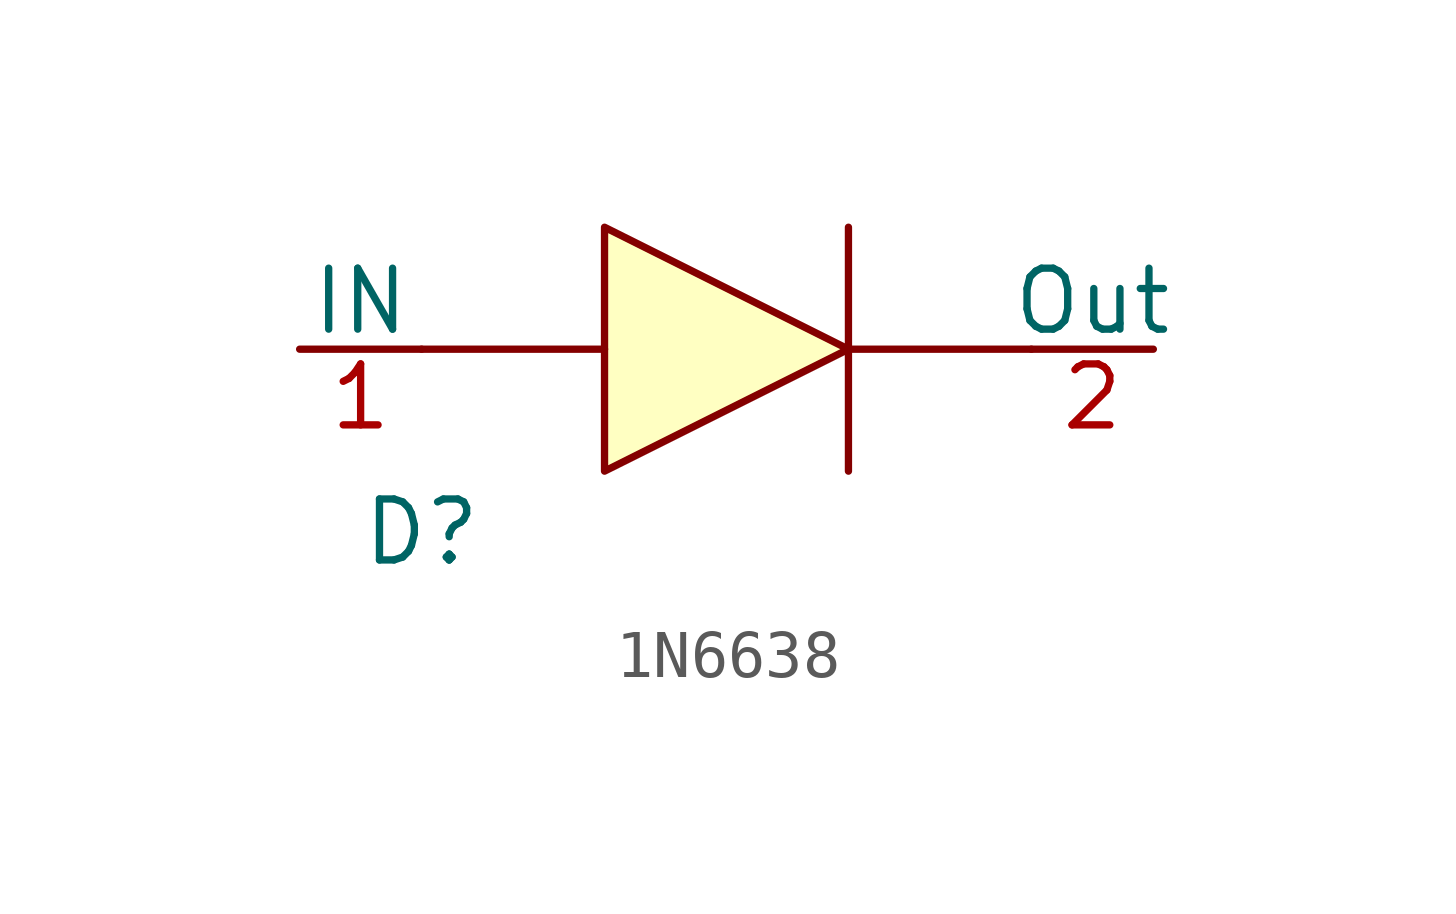
<source format=kicad_sym>
(kicad_symbol_lib
  (version 20220914)
  (generator kicad_symbol_editor)
  (symbol "1N6638"
    (pin_names
      (offset 0))
    (property "Reference" "D"
      (at 0 0 0)
      (effects (font (size 1.27 1.27))))
    (property "Value" ""
      (at 0 0 0)
      (effects (font (size 1.27 1.27))))
    (symbol "1N6638_0_1"
      (polyline (pts (xy 0 3.81) (xy 3.81 3.81)) (stroke (width 0) (type default)) (fill (type none)))
      (polyline (pts (xy 8.89 3.81) (xy 12.7 3.81)) (stroke (width 0) (type default)) (fill (type none)))
      (polyline (pts (xy 8.89 6.35) (xy 8.89 1.27)) (stroke (width 0) (type default)) (fill (type none)))
      (polyline (pts (xy 3.81 3.81) (xy 3.81 6.35) (xy 8.89 3.81) (xy 3.81 1.27) (xy 3.81 3.81)) (stroke (width 0) (type default)) (fill (type background))))
    (symbol "1N6638_1_1"
      (pin input line (at -2.54 3.81 0) (length 2.54) (name "IN" (effects (font (size 1.27 1.27)))) (number "1" (effects (font (size 1.27 1.27)))))
      (pin output line (at 15.24 3.81 180) (length 2.54) (name "Out" (effects (font (size 1.27 1.27)))) (number "2" (effects (font (size 1.27 1.27))))))))
</source>
